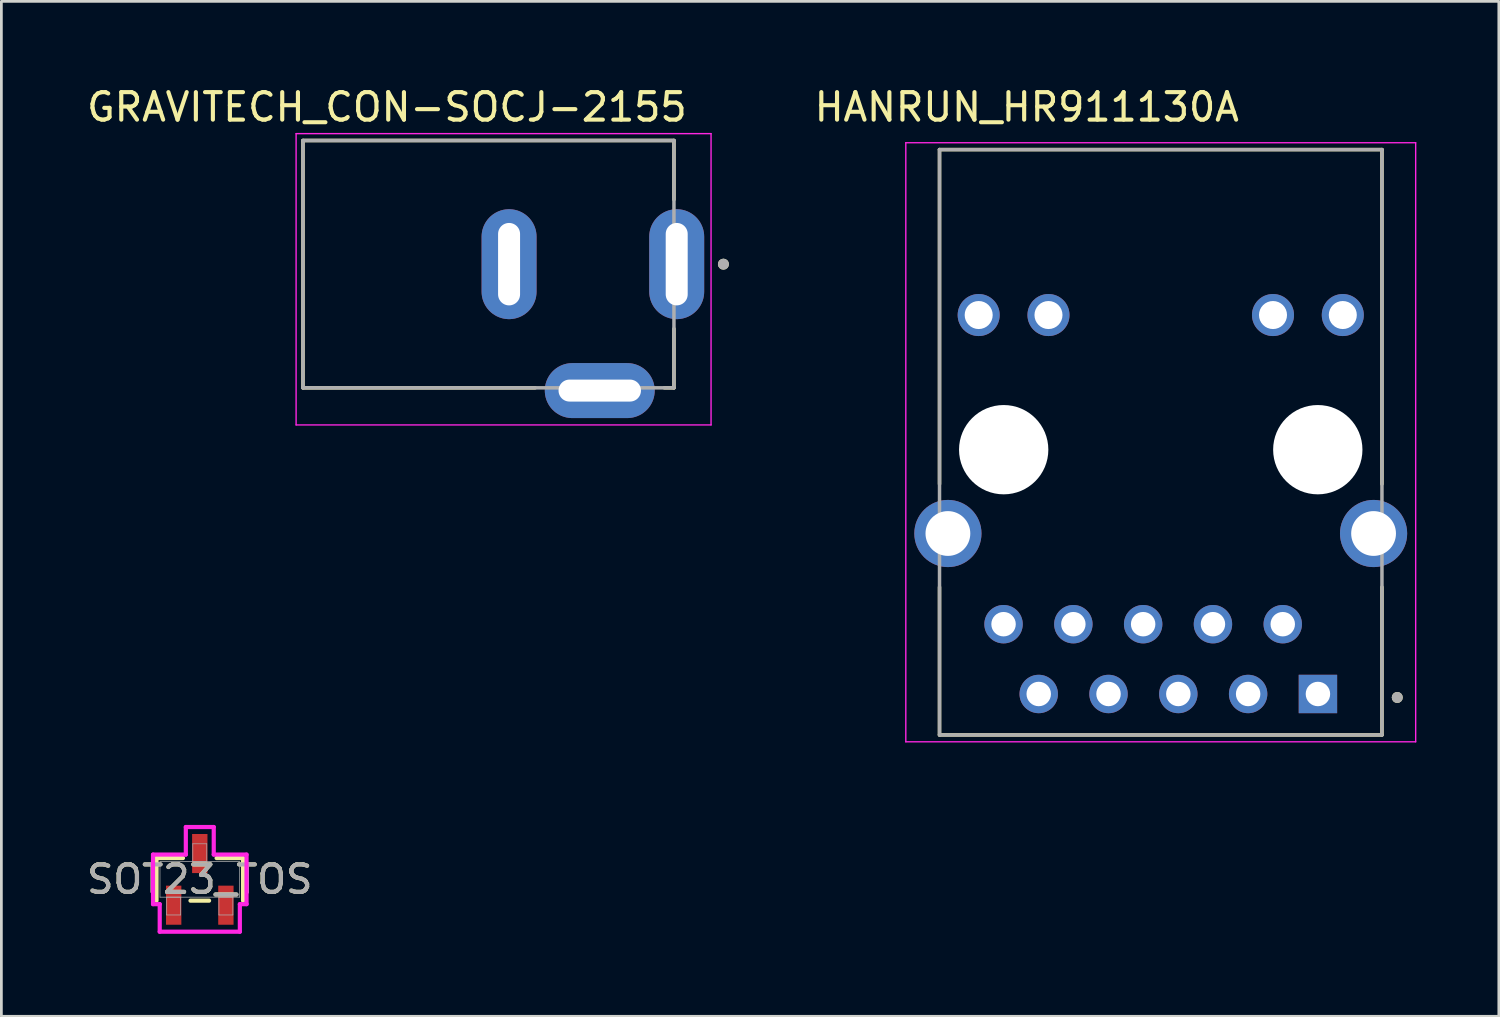
<source format=kicad_pcb>
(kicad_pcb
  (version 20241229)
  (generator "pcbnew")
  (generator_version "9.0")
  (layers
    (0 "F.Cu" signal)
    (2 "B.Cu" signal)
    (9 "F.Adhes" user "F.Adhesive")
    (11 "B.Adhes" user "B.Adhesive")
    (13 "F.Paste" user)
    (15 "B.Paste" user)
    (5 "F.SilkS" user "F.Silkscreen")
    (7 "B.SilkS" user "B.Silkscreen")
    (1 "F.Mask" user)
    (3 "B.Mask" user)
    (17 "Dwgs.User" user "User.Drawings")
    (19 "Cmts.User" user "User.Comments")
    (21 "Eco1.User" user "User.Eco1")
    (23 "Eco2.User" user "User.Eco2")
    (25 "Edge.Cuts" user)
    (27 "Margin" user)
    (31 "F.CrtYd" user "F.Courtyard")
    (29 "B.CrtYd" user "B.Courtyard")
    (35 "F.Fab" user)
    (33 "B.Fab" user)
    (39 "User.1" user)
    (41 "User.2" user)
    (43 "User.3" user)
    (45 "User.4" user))
  (footprint "HANRUN_HR911130A"
    (layer "F.Cu")
    (at 39.189 13.314)
    (property "Reference" "HANRUN_HR911130A" (at -4.875 -12.466 0) (layer "F.SilkS") (effects (font (size 1 1) (thickness 0.15))))
    (attr through_hole)
    (fp_line (start -8.05 1.25) (end -8.05 -10.92) (stroke (width 0.127) (type solid)) (layer "F.SilkS"))
    (fp_line (start -8.05 10.38) (end -8.05 5) (stroke (width 0.127) (type solid)) (layer "F.SilkS"))
    (fp_line (start -8.05 10.38) (end 8.05 10.38) (stroke (width 0.127) (type solid)) (layer "F.SilkS"))
    (fp_line (start 8.05 -10.92) (end -8.05 -10.92) (stroke (width 0.127) (type solid)) (layer "F.SilkS"))
    (fp_line (start 8.05 1.25) (end 8.05 -10.92) (stroke (width 0.127) (type solid)) (layer "F.SilkS"))
    (fp_line (start 8.05 10.38) (end 8.05 5) (stroke (width 0.127) (type solid)) (layer "F.SilkS"))
    (fp_circle (center 8.607 9.017) (end 8.707 9.017) (stroke (width 0.2) (type solid)) (fill no) (layer "F.SilkS"))
    (fp_line (start -9.277 -11.17) (end 9.277 -11.17) (stroke (width 0.05) (type solid)) (layer "F.CrtYd"))
    (fp_line (start -9.277 10.63) (end -9.277 -11.17) (stroke (width 0.05) (type solid)) (layer "F.CrtYd"))
    (fp_line (start 9.277 -11.17) (end 9.277 10.63) (stroke (width 0.05) (type solid)) (layer "F.CrtYd"))
    (fp_line (start 9.277 10.63) (end -9.277 10.63) (stroke (width 0.05) (type solid)) (layer "F.CrtYd"))
    (fp_line (start -8.05 -10.92) (end -8.05 10.38) (stroke (width 0.127) (type solid)) (layer "F.Fab"))
    (fp_line (start -8.05 10.38) (end 8.05 10.38) (stroke (width 0.127) (type solid)) (layer "F.Fab"))
    (fp_line (start 8.05 -10.92) (end -8.05 -10.92) (stroke (width 0.127) (type solid)) (layer "F.Fab"))
    (fp_line (start 8.05 10.38) (end 8.05 -10.92) (stroke (width 0.127) (type solid)) (layer "F.Fab"))
    (fp_circle (center 8.607 9.017) (end 8.707 9.017) (stroke (width 0.2) (type solid)) (fill no) (layer "F.Fab"))
    (pad "" np_thru_hole circle (at -5.715 0) (size 3.25 3.25) (drill 3.25) (layers "*.Cu" "*.Mask"))
    (pad "" np_thru_hole circle (at 5.715 0) (size 3.25 3.25) (drill 3.25) (layers "*.Cu" "*.Mask"))
    (pad "1" thru_hole rect (at 5.72 8.89) (size 1.398 1.398) (drill 0.89) (layers "*.Cu" "*.Mask"))
    (pad "2" thru_hole circle (at 4.44 6.35) (size 1.398 1.398) (drill 0.89) (layers "*.Cu" "*.Mask"))
    (pad "3" thru_hole circle (at 3.18 8.89) (size 1.398 1.398) (drill 0.89) (layers "*.Cu" "*.Mask"))
    (pad "4" thru_hole circle (at 1.9 6.35) (size 1.398 1.398) (drill 0.89) (layers "*.Cu" "*.Mask"))
    (pad "5" thru_hole circle (at 0.64 8.89) (size 1.398 1.398) (drill 0.89) (layers "*.Cu" "*.Mask"))
    (pad "6" thru_hole circle (at -0.64 6.35) (size 1.398 1.398) (drill 0.89) (layers "*.Cu" "*.Mask"))
    (pad "7" thru_hole circle (at -1.9 8.89) (size 1.398 1.398) (drill 0.89) (layers "*.Cu" "*.Mask"))
    (pad "8" thru_hole circle (at -3.18 6.35) (size 1.398 1.398) (drill 0.89) (layers "*.Cu" "*.Mask"))
    (pad "9" thru_hole circle (at -4.44 8.89) (size 1.398 1.398) (drill 0.89) (layers "*.Cu" "*.Mask"))
    (pad "10" thru_hole circle (at -5.72 6.35) (size 1.398 1.398) (drill 0.89) (layers "*.Cu" "*.Mask"))
    (pad "11" thru_hole circle (at 6.625 -4.9) (size 1.53 1.53) (drill 1.02) (layers "*.Cu" "*.Mask"))
    (pad "12" thru_hole circle (at 4.085 -4.9) (size 1.53 1.53) (drill 1.02) (layers "*.Cu" "*.Mask"))
    (pad "13" thru_hole circle (at -4.085 -4.9) (size 1.53 1.53) (drill 1.02) (layers "*.Cu" "*.Mask"))
    (pad "14" thru_hole circle (at -6.625 -4.9) (size 1.53 1.53) (drill 1.02) (layers "*.Cu" "*.Mask"))
    (pad "S1" thru_hole circle (at 7.745 3.05) (size 2.445 2.445) (drill 1.63) (layers "*.Cu" "*.Mask"))
    (pad "S2" thru_hole circle (at -7.745 3.05) (size 2.445 2.445) (drill 1.63) (layers "*.Cu" "*.Mask")))
  (footprint "GRAVITECH_CON-SOCJ-2155"
    (layer "F.Cu")
    (at 15.475 6.563)
    (property "Reference" "GRAVITECH_CON-SOCJ-2155" (at -4.445 -5.715 0) (layer "F.SilkS") (effects (font (size 1 1) (thickness 0.15))))
    (attr through_hole)
    (fp_line (start -7.5 -4.5) (end 6 -4.5) (stroke (width 0.127) (type solid)) (layer "F.SilkS"))
    (fp_line (start -7.5 4.5) (end -7.5 -4.5) (stroke (width 0.127) (type solid)) (layer "F.SilkS"))
    (fp_line (start 0.95 4.5) (end -7.5 4.5) (stroke (width 0.127) (type solid)) (layer "F.SilkS"))
    (fp_line (start 6 -4.5) (end 6 -2.35) (stroke (width 0.127) (type solid)) (layer "F.SilkS"))
    (fp_line (start 6 2.35) (end 6 4.5) (stroke (width 0.127) (type solid)) (layer "F.SilkS"))
    (fp_line (start 6 4.5) (end 5.65 4.5) (stroke (width 0.127) (type solid)) (layer "F.SilkS"))
    (fp_circle (center 7.8 0) (end 7.9 0) (stroke (width 0.2) (type solid)) (fill no) (layer "F.SilkS"))
    (fp_line (start -7.75 -4.75) (end 7.35 -4.75) (stroke (width 0.05) (type solid)) (layer "F.CrtYd"))
    (fp_line (start -7.75 5.85) (end -7.75 -4.75) (stroke (width 0.05) (type solid)) (layer "F.CrtYd"))
    (fp_line (start 7.35 -4.75) (end 7.35 5.85) (stroke (width 0.05) (type solid)) (layer "F.CrtYd"))
    (fp_line (start 7.35 5.85) (end -7.75 5.85) (stroke (width 0.05) (type solid)) (layer "F.CrtYd"))
    (fp_line (start -7.5 -4.5) (end 6 -4.5) (stroke (width 0.127) (type solid)) (layer "F.Fab"))
    (fp_line (start -7.5 4.5) (end -7.5 -4.5) (stroke (width 0.127) (type solid)) (layer "F.Fab"))
    (fp_line (start 6 -4.5) (end 6 4.5) (stroke (width 0.127) (type solid)) (layer "F.Fab"))
    (fp_line (start 6 4.5) (end -7.5 4.5) (stroke (width 0.127) (type solid)) (layer "F.Fab"))
    (fp_circle (center 7.8 0) (end 7.9 0) (stroke (width 0.2) (type solid)) (fill no) (layer "F.Fab"))
    (pad "1" thru_hole oval (at 6.1 0) (size 2 4) (drill oval 0.8 3) (layers "*.Cu" "*.Mask"))
    (pad "2" thru_hole oval (at 3.3 4.6) (size 4 2) (drill oval 3 0.8) (layers "*.Cu" "*.Mask"))
    (pad "3" thru_hole oval (at 0 0) (size 2 4) (drill oval 0.8 3) (layers "*.Cu" "*.Mask")))
  (footprint "SOT23_TOS"
    (layer "F.Cu")
    (at 4.22 28.95)
    (property "Reference" "SOT23_TOS" (at 0 0 0) (unlocked yes) (layer "F.SilkS") (effects (font (size 1 1) (thickness 0.15))))
    (attr smd)
    (fp_line (start -1.575 -0.775) (end -1.575 0.775) (stroke (width 0.152) (type solid)) (layer "F.SilkS"))
    (fp_line (start -0.612 -0.775) (end -1.575 -0.775) (stroke (width 0.152) (type solid)) (layer "F.SilkS"))
    (fp_line (start -0.338 0.775) (end 0.338 0.775) (stroke (width 0.152) (type solid)) (layer "F.SilkS"))
    (fp_line (start 1.575 -0.775) (end 0.612 -0.775) (stroke (width 0.152) (type solid)) (layer "F.SilkS"))
    (fp_line (start 1.575 0.775) (end 1.575 -0.775) (stroke (width 0.152) (type solid)) (layer "F.SilkS"))
    (fp_line (start -1.702 -0.902) (end -0.508 -0.902) (stroke (width 0.152) (type solid)) (layer "F.CrtYd"))
    (fp_line (start -1.702 0.902) (end -1.702 -0.902) (stroke (width 0.152) (type solid)) (layer "F.CrtYd"))
    (fp_line (start -1.702 0.902) (end -1.458 0.902) (stroke (width 0.152) (type solid)) (layer "F.CrtYd"))
    (fp_line (start -1.458 0.902) (end -1.458 1.905) (stroke (width 0.152) (type solid)) (layer "F.CrtYd"))
    (fp_line (start -1.458 1.905) (end 1.458 1.905) (stroke (width 0.152) (type solid)) (layer "F.CrtYd"))
    (fp_line (start -0.508 -1.905) (end 0.508 -1.905) (stroke (width 0.152) (type solid)) (layer "F.CrtYd"))
    (fp_line (start -0.508 -0.902) (end -0.508 -1.905) (stroke (width 0.152) (type solid)) (layer "F.CrtYd"))
    (fp_line (start 0.508 -0.902) (end 0.508 -1.905) (stroke (width 0.152) (type solid)) (layer "F.CrtYd"))
    (fp_line (start 1.458 0.902) (end 1.458 1.905) (stroke (width 0.152) (type solid)) (layer "F.CrtYd"))
    (fp_line (start 1.702 -0.902) (end 0.508 -0.902) (stroke (width 0.152) (type solid)) (layer "F.CrtYd"))
    (fp_line (start 1.702 -0.902) (end 1.702 0.902) (stroke (width 0.152) (type solid)) (layer "F.CrtYd"))
    (fp_line (start 1.702 0.902) (end 1.458 0.902) (stroke (width 0.152) (type solid)) (layer "F.CrtYd"))
    (fp_line (start -1.448 -0.648) (end -1.448 0.648) (stroke (width 0.025) (type solid)) (layer "F.Fab"))
    (fp_line (start -1.448 0.648) (end 1.448 0.648) (stroke (width 0.025) (type solid)) (layer "F.Fab"))
    (fp_line (start -1.204 0.648) (end -1.204 1.295) (stroke (width 0.025) (type solid)) (layer "F.Fab"))
    (fp_line (start -1.204 1.295) (end -0.696 1.295) (stroke (width 0.025) (type solid)) (layer "F.Fab"))
    (fp_line (start -0.696 0.648) (end -1.204 0.648) (stroke (width 0.025) (type solid)) (layer "F.Fab"))
    (fp_line (start -0.696 1.295) (end -0.696 0.648) (stroke (width 0.025) (type solid)) (layer "F.Fab"))
    (fp_line (start -0.254 -1.295) (end -0.254 -0.648) (stroke (width 0.025) (type solid)) (layer "F.Fab"))
    (fp_line (start -0.254 -0.648) (end 0.254 -0.648) (stroke (width 0.025) (type solid)) (layer "F.Fab"))
    (fp_line (start 0.254 -1.295) (end -0.254 -1.295) (stroke (width 0.025) (type solid)) (layer "F.Fab"))
    (fp_line (start 0.254 -0.648) (end 0.254 -1.295) (stroke (width 0.025) (type solid)) (layer "F.Fab"))
    (fp_line (start 0.696 0.648) (end 0.696 1.295) (stroke (width 0.025) (type solid)) (layer "F.Fab"))
    (fp_line (start 0.696 1.295) (end 1.204 1.295) (stroke (width 0.025) (type solid)) (layer "F.Fab"))
    (fp_line (start 1.204 0.648) (end 0.696 0.648) (stroke (width 0.025) (type solid)) (layer "F.Fab"))
    (fp_line (start 1.204 1.295) (end 1.204 0.648) (stroke (width 0.025) (type solid)) (layer "F.Fab"))
    (fp_line (start 1.448 -0.648) (end -1.448 -0.648) (stroke (width 0.025) (type solid)) (layer "F.Fab"))
    (fp_line (start 1.448 0.648) (end 1.448 -0.648) (stroke (width 0.025) (type solid)) (layer "F.Fab"))
    (fp_circle (center -0.95 0.394) (end -0.95 0.394) (stroke (width 0.025) (type solid)) (fill no) (layer "F.Fab"))
    (fp_text user "${REFERENCE}" (at 0 0 0) (unlocked yes) (layer "F.Fab") (effects (font (size 1 1) (thickness 0.15))))
    (pad "1" smd rect (at -0.95 0.94) (size 0.559 1.422) (layers "F.Cu" "F.Mask" "F.Paste"))
    (pad "2" smd rect (at 0.95 0.94) (size 0.559 1.422) (layers "F.Cu" "F.Mask" "F.Paste"))
    (pad "3" smd rect (at 0 -0.94) (size 0.559 1.422) (layers "F.Cu" "F.Mask" "F.Paste")))
  (gr_rect
    (start -3 -3)
    (end 51.492 33.932)
    (stroke (width 0.1) (type default))
    (fill no)
    (layer "Edge.Cuts")))
</source>
